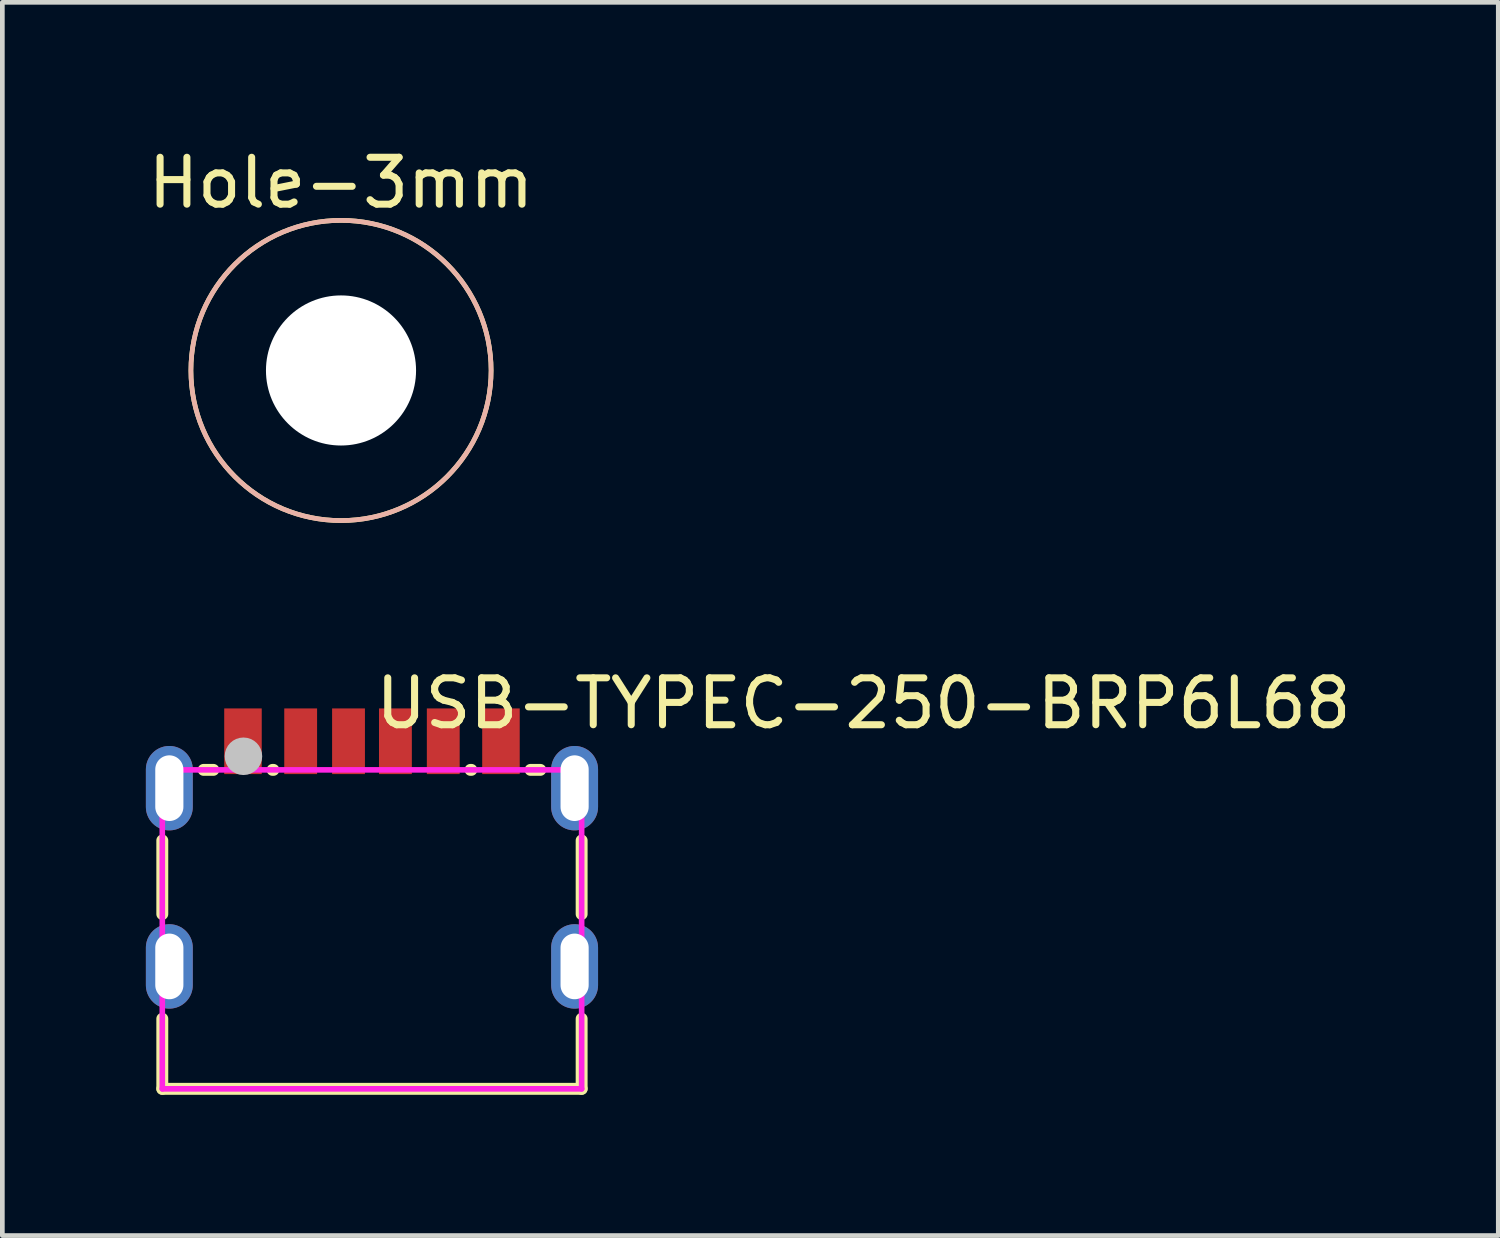
<source format=kicad_pcb>
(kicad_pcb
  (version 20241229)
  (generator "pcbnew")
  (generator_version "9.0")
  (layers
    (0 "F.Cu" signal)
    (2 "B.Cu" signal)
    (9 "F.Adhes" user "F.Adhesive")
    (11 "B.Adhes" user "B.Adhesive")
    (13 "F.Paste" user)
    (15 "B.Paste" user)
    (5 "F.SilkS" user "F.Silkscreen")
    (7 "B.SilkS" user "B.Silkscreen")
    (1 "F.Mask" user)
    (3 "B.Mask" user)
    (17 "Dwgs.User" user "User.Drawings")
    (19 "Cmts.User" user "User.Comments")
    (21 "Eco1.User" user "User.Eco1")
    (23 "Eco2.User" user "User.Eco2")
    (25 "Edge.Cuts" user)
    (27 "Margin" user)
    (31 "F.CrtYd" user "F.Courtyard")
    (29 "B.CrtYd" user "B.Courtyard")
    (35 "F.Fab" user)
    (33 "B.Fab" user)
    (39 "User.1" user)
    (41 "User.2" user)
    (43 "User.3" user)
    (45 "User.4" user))
  (footprint "USB-TYPEC-250-BRP6L68"
    (layer "F.Cu")
    (at 4.88 15.153)
    (property "Reference" "USB-TYPEC-250-BRP6L68" (at 0 -3.207 0) (layer "F.SilkS") (effects (font (size 1 1) (thickness 0.15)) (justify left)))
    (attr through_hole)
    (fp_line (start -4.47 1.284) (end -4.47 -0.285) (stroke (width 0.254) (type solid)) (layer "F.SilkS"))
    (fp_line (start -4.47 5.01) (end -4.47 3.516) (stroke (width 0.254) (type solid)) (layer "F.SilkS"))
    (fp_line (start -3.589 -1.79) (end -3.381 -1.79) (stroke (width 0.254) (type solid)) (layer "F.SilkS"))
    (fp_line (start -2.119 -1.79) (end -2.101 -1.79) (stroke (width 0.254) (type solid)) (layer "F.SilkS"))
    (fp_line (start 2.101 -1.79) (end 2.119 -1.79) (stroke (width 0.254) (type solid)) (layer "F.SilkS"))
    (fp_line (start 3.381 -1.79) (end 3.589 -1.79) (stroke (width 0.254) (type solid)) (layer "F.SilkS"))
    (fp_line (start 4.47 -0.285) (end 4.47 1.284) (stroke (width 0.254) (type solid)) (layer "F.SilkS"))
    (fp_line (start 4.47 3.516) (end 4.47 5.01) (stroke (width 0.254) (type solid)) (layer "F.SilkS"))
    (fp_line (start 4.47 5.01) (end -4.47 5.01) (stroke (width 0.254) (type solid)) (layer "F.SilkS"))
    (fp_poly (pts (xy -3.15 -3.1) (xy -2.35 -3.1) (xy -2.35 -1.7) (xy -3.15 -1.7)) (stroke (width 0.12) (type solid)) (fill yes) (layer "F.Paste"))
    (fp_poly (pts (xy -1.87 -3.1) (xy -1.17 -3.1) (xy -1.17 -1.7) (xy -1.87 -1.7)) (stroke (width 0.12) (type solid)) (fill yes) (layer "F.Paste"))
    (fp_poly (pts (xy -0.85 -3.1) (xy -0.15 -3.1) (xy -0.15 -1.7) (xy -0.85 -1.7)) (stroke (width 0.12) (type solid)) (fill yes) (layer "F.Paste"))
    (fp_poly (pts (xy 0.15 -3.1) (xy 0.85 -3.1) (xy 0.85 -1.7) (xy 0.15 -1.7)) (stroke (width 0.12) (type solid)) (fill yes) (layer "F.Paste"))
    (fp_poly (pts (xy 1.17 -3.1) (xy 1.87 -3.1) (xy 1.87 -1.7) (xy 1.17 -1.7)) (stroke (width 0.12) (type solid)) (fill yes) (layer "F.Paste"))
    (fp_poly (pts (xy 2.35 -3.1) (xy 3.15 -3.1) (xy 3.15 -1.7) (xy 2.35 -1.7)) (stroke (width 0.12) (type solid)) (fill yes) (layer "F.Paste"))
    (fp_poly (pts (xy -4.82 -1.8) (xy -4.81 -1.898) (xy -4.782 -1.991) (xy -4.736 -2.078) (xy -4.674 -2.154) (xy -4.598 -2.216) (xy -4.511 -2.262) (xy -4.418 -2.291) (xy -4.32 -2.3) (xy -4.222 -2.291) (xy -4.129 -2.262) (xy -4.042 -2.216) (xy -3.966 -2.154) (xy -3.904 -2.078) (xy -3.858 -1.991) (xy -3.83 -1.898) (xy -3.82 -1.8) (xy -3.82 -1) (xy -3.83 -0.903) (xy -3.858 -0.809) (xy -3.904 -0.722) (xy -3.966 -0.647) (xy -4.042 -0.584) (xy -4.129 -0.538) (xy -4.222 -0.51) (xy -4.32 -0.5) (xy -4.418 -0.51) (xy -4.511 -0.538) (xy -4.598 -0.584) (xy -4.674 -0.647) (xy -4.736 -0.722) (xy -4.782 -0.809) (xy -4.81 -0.903) (xy -4.82 -1)) (stroke (width 0.12) (type solid)) (fill yes) (layer "F.Paste"))
    (fp_poly (pts (xy -4.82 2) (xy -4.81 1.902) (xy -4.782 1.809) (xy -4.736 1.722) (xy -4.674 1.646) (xy -4.598 1.584) (xy -4.511 1.538) (xy -4.418 1.51) (xy -4.32 1.5) (xy -4.222 1.51) (xy -4.129 1.538) (xy -4.042 1.584) (xy -3.966 1.646) (xy -3.904 1.722) (xy -3.858 1.809) (xy -3.83 1.902) (xy -3.82 2) (xy -3.82 2.8) (xy -3.83 2.898) (xy -3.858 2.991) (xy -3.904 3.078) (xy -3.966 3.154) (xy -4.042 3.216) (xy -4.129 3.262) (xy -4.222 3.29) (xy -4.32 3.3) (xy -4.418 3.29) (xy -4.511 3.262) (xy -4.598 3.216) (xy -4.674 3.154) (xy -4.736 3.078) (xy -4.782 2.991) (xy -4.81 2.898) (xy -4.82 2.8)) (stroke (width 0.12) (type solid)) (fill yes) (layer "F.Paste"))
    (fp_poly (pts (xy 3.82 -1.8) (xy 3.83 -1.898) (xy 3.858 -1.991) (xy 3.904 -2.078) (xy 3.967 -2.154) (xy 4.042 -2.216) (xy 4.129 -2.262) (xy 4.223 -2.291) (xy 4.32 -2.3) (xy 4.418 -2.291) (xy 4.511 -2.262) (xy 4.598 -2.216) (xy 4.674 -2.154) (xy 4.736 -2.078) (xy 4.782 -1.991) (xy 4.81 -1.898) (xy 4.82 -1.8) (xy 4.82 -1) (xy 4.81 -0.903) (xy 4.782 -0.809) (xy 4.736 -0.722) (xy 4.674 -0.647) (xy 4.598 -0.584) (xy 4.511 -0.538) (xy 4.418 -0.51) (xy 4.32 -0.5) (xy 4.223 -0.51) (xy 4.129 -0.538) (xy 4.042 -0.584) (xy 3.967 -0.647) (xy 3.904 -0.722) (xy 3.858 -0.809) (xy 3.83 -0.903) (xy 3.82 -1)) (stroke (width 0.12) (type solid)) (fill yes) (layer "F.Paste"))
    (fp_poly (pts (xy 3.82 2) (xy 3.83 1.902) (xy 3.858 1.809) (xy 3.904 1.722) (xy 3.967 1.646) (xy 4.042 1.584) (xy 4.129 1.538) (xy 4.223 1.51) (xy 4.32 1.5) (xy 4.418 1.51) (xy 4.511 1.538) (xy 4.598 1.584) (xy 4.674 1.646) (xy 4.736 1.722) (xy 4.782 1.809) (xy 4.81 1.902) (xy 4.82 2) (xy 4.82 2.8) (xy 4.81 2.898) (xy 4.782 2.991) (xy 4.736 3.078) (xy 4.674 3.154) (xy 4.598 3.216) (xy 4.511 3.262) (xy 4.418 3.29) (xy 4.32 3.3) (xy 4.223 3.29) (xy 4.129 3.262) (xy 4.042 3.216) (xy 3.967 3.154) (xy 3.904 3.078) (xy 3.858 2.991) (xy 3.83 2.898) (xy 3.82 2.8)) (stroke (width 0.12) (type solid)) (fill yes) (layer "F.Paste"))
    (fp_circle (center -2.74 -2.08) (end -2.54 -2.08) (stroke (width 0.4) (type solid)) (fill no) (layer "Dwgs.User"))
    (fp_circle (center -4.47 -2.14) (end -4.44 -2.14) (stroke (width 0.06) (type solid)) (fill no) (layer "Eco2.User"))
    (fp_poly (pts (xy -4.47 -1.8) (xy -4.17 -1.8) (xy -4.17 -1) (xy -4.47 -1)) (stroke (width 0.12) (type solid)) (fill no) (layer "Eco2.User"))
    (fp_poly (pts (xy -4.47 2) (xy -4.17 2) (xy -4.17 2.8) (xy -4.47 2.8)) (stroke (width 0.12) (type solid)) (fill no) (layer "Eco2.User"))
    (fp_poly (pts (xy -3.05 -2.14) (xy -2.45 -2.14) (xy -2.45 -1.14) (xy -3.05 -1.14)) (stroke (width 0.12) (type solid)) (fill no) (layer "Eco2.User"))
    (fp_poly (pts (xy -1.8 -2.14) (xy -1.24 -2.14) (xy -1.24 -1.14) (xy -1.8 -1.14)) (stroke (width 0.12) (type solid)) (fill no) (layer "Eco2.User"))
    (fp_poly (pts (xy -0.75 -2.14) (xy -0.25 -2.14) (xy -0.25 -1.14) (xy -0.75 -1.14)) (stroke (width 0.12) (type solid)) (fill no) (layer "Eco2.User"))
    (fp_poly (pts (xy 0.25 -2.14) (xy 0.75 -2.14) (xy 0.75 -1.14) (xy 0.25 -1.14)) (stroke (width 0.12) (type solid)) (fill no) (layer "Eco2.User"))
    (fp_poly (pts (xy 1.24 -2.14) (xy 1.8 -2.14) (xy 1.8 -1.14) (xy 1.24 -1.14)) (stroke (width 0.12) (type solid)) (fill no) (layer "Eco2.User"))
    (fp_poly (pts (xy 2.45 -2.14) (xy 3.05 -2.14) (xy 3.05 -1.14) (xy 2.45 -1.14)) (stroke (width 0.12) (type solid)) (fill no) (layer "Eco2.User"))
    (fp_poly (pts (xy 4.17 -1.8) (xy 4.47 -1.8) (xy 4.47 -1) (xy 4.17 -1)) (stroke (width 0.12) (type solid)) (fill no) (layer "Eco2.User"))
    (fp_poly (pts (xy 4.17 2) (xy 4.47 2) (xy 4.47 2.8) (xy 4.17 2.8)) (stroke (width 0.12) (type solid)) (fill no) (layer "Eco2.User"))
    (fp_line (start -4.47 -1.79) (end 4.47 -1.79) (stroke (width 0.12) (type solid)) (layer "F.CrtYd"))
    (fp_line (start -4.47 5.01) (end -4.47 -1.79) (stroke (width 0.12) (type solid)) (layer "F.CrtYd"))
    (fp_line (start 4.47 -1.79) (end 4.47 5.01) (stroke (width 0.12) (type solid)) (layer "F.CrtYd"))
    (fp_line (start 4.47 5.01) (end -4.47 5.01) (stroke (width 0.12) (type solid)) (layer "F.CrtYd"))
    (pad "1" thru_hole oval (at -4.32 -1.4) (size 1 1.8) (drill oval 0.6 1.4) (layers "*.Cu" "*.Mask"))
    (pad "2" thru_hole oval (at 4.32 -1.4) (size 1 1.8) (drill oval 0.6 1.4) (layers "*.Cu" "*.Mask"))
    (pad "3" thru_hole oval (at -4.32 2.4) (size 1 1.8) (drill oval 0.6 1.4) (layers "*.Cu" "*.Mask"))
    (pad "4" thru_hole oval (at 4.32 2.4) (size 1 1.8) (drill oval 0.6 1.4) (layers "*.Cu" "*.Mask"))
    (pad "A5" smd rect (at -0.5 -2.4) (size 0.7 1.4) (layers "F.Cu" "F.Mask" "F.Paste"))
    (pad "A9" smd rect (at 1.52 -2.4) (size 0.7 1.4) (layers "F.Cu" "F.Mask" "F.Paste"))
    (pad "A12" smd rect (at 2.75 -2.4) (size 0.8 1.4) (layers "F.Cu" "F.Mask" "F.Paste"))
    (pad "B5" smd rect (at 0.5 -2.4) (size 0.7 1.4) (layers "F.Cu" "F.Mask" "F.Paste"))
    (pad "B9" smd rect (at -1.52 -2.4) (size 0.7 1.4) (layers "F.Cu" "F.Mask" "F.Paste"))
    (pad "B12" smd rect (at -2.75 -2.4) (size 0.8 1.4) (layers "F.Cu" "F.Mask" "F.Paste")))
  (footprint "Hole-3mm"
    (layer "F.Cu")
    (at 4.22 4.658)
    (property "Reference" "Hole-3mm" (at 0 -3.81 0) (unlocked yes) (layer "F.SilkS") (effects (font (size 1 1) (thickness 0.15))))
    (attr through_hole)
    (fp_circle (center 0 0.19) (end 3.2 0.19) (stroke (width 0.1) (type solid)) (fill no) (layer "F.SilkS"))
    (fp_circle (center 0 0.19) (end 3.2 0.19) (stroke (width 0.1) (type solid)) (fill no) (layer "B.SilkS"))
    (pad "" np_thru_hole circle (at 0 0.19) (size 3.2 3.2) (drill 3.2) (layers "*.Cu" "*.Mask")))
  (gr_rect
    (start -3 -3)
    (end 28.892 23.291)
    (stroke (width 0.1) (type default))
    (fill no)
    (layer "Edge.Cuts")))
</source>
